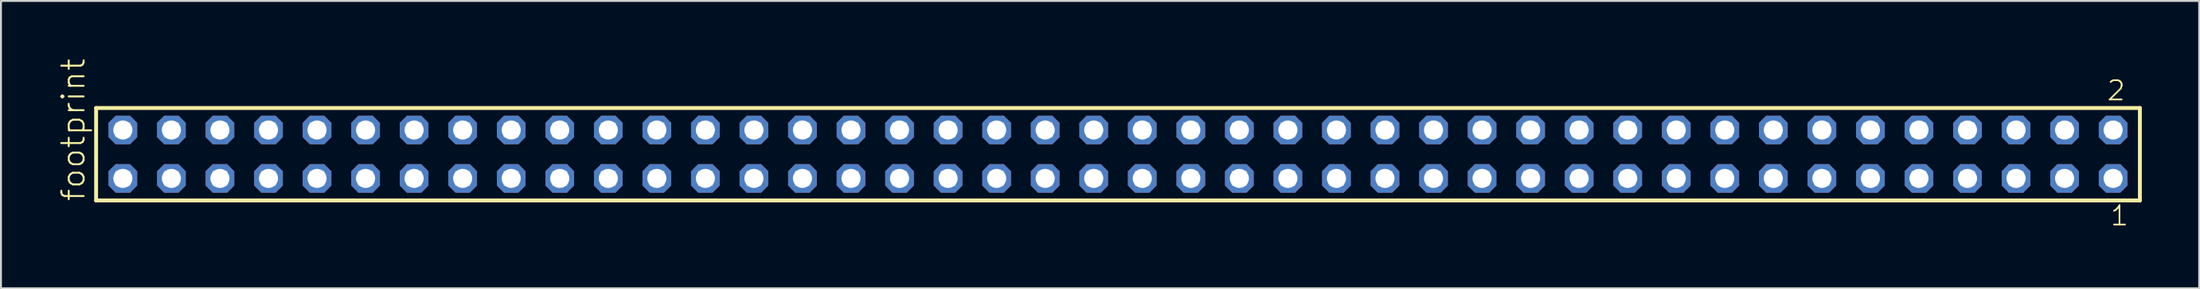
<source format=kicad_pcb>
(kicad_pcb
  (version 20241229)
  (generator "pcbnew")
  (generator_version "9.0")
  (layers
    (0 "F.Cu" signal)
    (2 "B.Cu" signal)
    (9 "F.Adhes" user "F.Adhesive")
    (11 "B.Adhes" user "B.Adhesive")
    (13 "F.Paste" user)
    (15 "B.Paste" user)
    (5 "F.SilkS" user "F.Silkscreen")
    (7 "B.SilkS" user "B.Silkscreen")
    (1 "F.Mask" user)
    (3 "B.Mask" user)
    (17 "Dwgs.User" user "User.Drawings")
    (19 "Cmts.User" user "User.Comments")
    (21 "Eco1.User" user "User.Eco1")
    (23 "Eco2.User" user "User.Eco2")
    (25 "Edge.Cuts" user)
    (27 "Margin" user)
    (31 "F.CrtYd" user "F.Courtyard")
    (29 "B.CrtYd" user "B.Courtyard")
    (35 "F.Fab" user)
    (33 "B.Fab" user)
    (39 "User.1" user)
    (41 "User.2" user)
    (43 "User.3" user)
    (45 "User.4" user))
  (footprint "footprint"
    (layer "F.Cu")
    (at 55.448 5.042)
    (property "Reference" "footprint" (at -53.975 2.54 90) (layer "F.SilkS") (effects (font (size 1.168 1.168) (thickness 0.102)) (justify left bottom)))
    (fp_line (start -53.469 -2.425) (end 53.469 -2.425) (stroke (width 0.203) (type solid)) (layer "F.SilkS"))
    (fp_line (start -53.469 2.425) (end -53.469 -2.425) (stroke (width 0.203) (type solid)) (layer "F.SilkS"))
    (fp_line (start 53.469 -2.425) (end 53.469 2.425) (stroke (width 0.203) (type solid)) (layer "F.SilkS"))
    (fp_line (start 53.469 2.425) (end -53.469 2.425) (stroke (width 0.203) (type solid)) (layer "F.SilkS"))
    (fp_poly (pts (xy -52.42 -0.92) (xy -51.72 -0.92) (xy -51.72 -1.62) (xy -52.42 -1.62)) (stroke (width 0.1) (type solid)) (fill no) (layer "F.Fab"))
    (fp_poly (pts (xy -52.42 1.62) (xy -51.72 1.62) (xy -51.72 0.92) (xy -52.42 0.92)) (stroke (width 0.1) (type solid)) (fill no) (layer "F.Fab"))
    (fp_poly (pts (xy -49.88 -0.92) (xy -49.18 -0.92) (xy -49.18 -1.62) (xy -49.88 -1.62)) (stroke (width 0.1) (type solid)) (fill no) (layer "F.Fab"))
    (fp_poly (pts (xy -49.88 1.62) (xy -49.18 1.62) (xy -49.18 0.92) (xy -49.88 0.92)) (stroke (width 0.1) (type solid)) (fill no) (layer "F.Fab"))
    (fp_poly (pts (xy -47.34 -0.92) (xy -46.64 -0.92) (xy -46.64 -1.62) (xy -47.34 -1.62)) (stroke (width 0.1) (type solid)) (fill no) (layer "F.Fab"))
    (fp_poly (pts (xy -47.34 1.62) (xy -46.64 1.62) (xy -46.64 0.92) (xy -47.34 0.92)) (stroke (width 0.1) (type solid)) (fill no) (layer "F.Fab"))
    (fp_poly (pts (xy -44.8 -0.92) (xy -44.1 -0.92) (xy -44.1 -1.62) (xy -44.8 -1.62)) (stroke (width 0.1) (type solid)) (fill no) (layer "F.Fab"))
    (fp_poly (pts (xy -44.8 1.62) (xy -44.1 1.62) (xy -44.1 0.92) (xy -44.8 0.92)) (stroke (width 0.1) (type solid)) (fill no) (layer "F.Fab"))
    (fp_poly (pts (xy -42.26 -0.92) (xy -41.56 -0.92) (xy -41.56 -1.62) (xy -42.26 -1.62)) (stroke (width 0.1) (type solid)) (fill no) (layer "F.Fab"))
    (fp_poly (pts (xy -42.26 1.62) (xy -41.56 1.62) (xy -41.56 0.92) (xy -42.26 0.92)) (stroke (width 0.1) (type solid)) (fill no) (layer "F.Fab"))
    (fp_poly (pts (xy -39.72 -0.92) (xy -39.02 -0.92) (xy -39.02 -1.62) (xy -39.72 -1.62)) (stroke (width 0.1) (type solid)) (fill no) (layer "F.Fab"))
    (fp_poly (pts (xy -39.72 1.62) (xy -39.02 1.62) (xy -39.02 0.92) (xy -39.72 0.92)) (stroke (width 0.1) (type solid)) (fill no) (layer "F.Fab"))
    (fp_poly (pts (xy -37.18 -0.92) (xy -36.48 -0.92) (xy -36.48 -1.62) (xy -37.18 -1.62)) (stroke (width 0.1) (type solid)) (fill no) (layer "F.Fab"))
    (fp_poly (pts (xy -37.18 1.62) (xy -36.48 1.62) (xy -36.48 0.92) (xy -37.18 0.92)) (stroke (width 0.1) (type solid)) (fill no) (layer "F.Fab"))
    (fp_poly (pts (xy -34.64 -0.92) (xy -33.94 -0.92) (xy -33.94 -1.62) (xy -34.64 -1.62)) (stroke (width 0.1) (type solid)) (fill no) (layer "F.Fab"))
    (fp_poly (pts (xy -34.64 1.62) (xy -33.94 1.62) (xy -33.94 0.92) (xy -34.64 0.92)) (stroke (width 0.1) (type solid)) (fill no) (layer "F.Fab"))
    (fp_poly (pts (xy -32.1 -0.92) (xy -31.4 -0.92) (xy -31.4 -1.62) (xy -32.1 -1.62)) (stroke (width 0.1) (type solid)) (fill no) (layer "F.Fab"))
    (fp_poly (pts (xy -32.1 1.62) (xy -31.4 1.62) (xy -31.4 0.92) (xy -32.1 0.92)) (stroke (width 0.1) (type solid)) (fill no) (layer "F.Fab"))
    (fp_poly (pts (xy -29.56 -0.92) (xy -28.86 -0.92) (xy -28.86 -1.62) (xy -29.56 -1.62)) (stroke (width 0.1) (type solid)) (fill no) (layer "F.Fab"))
    (fp_poly (pts (xy -29.56 1.62) (xy -28.86 1.62) (xy -28.86 0.92) (xy -29.56 0.92)) (stroke (width 0.1) (type solid)) (fill no) (layer "F.Fab"))
    (fp_poly (pts (xy -27.02 -0.92) (xy -26.32 -0.92) (xy -26.32 -1.62) (xy -27.02 -1.62)) (stroke (width 0.1) (type solid)) (fill no) (layer "F.Fab"))
    (fp_poly (pts (xy -27.02 1.62) (xy -26.32 1.62) (xy -26.32 0.92) (xy -27.02 0.92)) (stroke (width 0.1) (type solid)) (fill no) (layer "F.Fab"))
    (fp_poly (pts (xy -24.48 -0.92) (xy -23.78 -0.92) (xy -23.78 -1.62) (xy -24.48 -1.62)) (stroke (width 0.1) (type solid)) (fill no) (layer "F.Fab"))
    (fp_poly (pts (xy -24.48 1.62) (xy -23.78 1.62) (xy -23.78 0.92) (xy -24.48 0.92)) (stroke (width 0.1) (type solid)) (fill no) (layer "F.Fab"))
    (fp_poly (pts (xy -21.94 -0.92) (xy -21.24 -0.92) (xy -21.24 -1.62) (xy -21.94 -1.62)) (stroke (width 0.1) (type solid)) (fill no) (layer "F.Fab"))
    (fp_poly (pts (xy -21.94 1.62) (xy -21.24 1.62) (xy -21.24 0.92) (xy -21.94 0.92)) (stroke (width 0.1) (type solid)) (fill no) (layer "F.Fab"))
    (fp_poly (pts (xy -19.4 -0.92) (xy -18.7 -0.92) (xy -18.7 -1.62) (xy -19.4 -1.62)) (stroke (width 0.1) (type solid)) (fill no) (layer "F.Fab"))
    (fp_poly (pts (xy -19.4 1.62) (xy -18.7 1.62) (xy -18.7 0.92) (xy -19.4 0.92)) (stroke (width 0.1) (type solid)) (fill no) (layer "F.Fab"))
    (fp_poly (pts (xy -16.86 -0.92) (xy -16.16 -0.92) (xy -16.16 -1.62) (xy -16.86 -1.62)) (stroke (width 0.1) (type solid)) (fill no) (layer "F.Fab"))
    (fp_poly (pts (xy -16.86 1.62) (xy -16.16 1.62) (xy -16.16 0.92) (xy -16.86 0.92)) (stroke (width 0.1) (type solid)) (fill no) (layer "F.Fab"))
    (fp_poly (pts (xy -14.32 -0.92) (xy -13.62 -0.92) (xy -13.62 -1.62) (xy -14.32 -1.62)) (stroke (width 0.1) (type solid)) (fill no) (layer "F.Fab"))
    (fp_poly (pts (xy -14.32 1.62) (xy -13.62 1.62) (xy -13.62 0.92) (xy -14.32 0.92)) (stroke (width 0.1) (type solid)) (fill no) (layer "F.Fab"))
    (fp_poly (pts (xy -11.78 -0.92) (xy -11.08 -0.92) (xy -11.08 -1.62) (xy -11.78 -1.62)) (stroke (width 0.1) (type solid)) (fill no) (layer "F.Fab"))
    (fp_poly (pts (xy -11.78 1.62) (xy -11.08 1.62) (xy -11.08 0.92) (xy -11.78 0.92)) (stroke (width 0.1) (type solid)) (fill no) (layer "F.Fab"))
    (fp_poly (pts (xy -9.24 -0.92) (xy -8.54 -0.92) (xy -8.54 -1.62) (xy -9.24 -1.62)) (stroke (width 0.1) (type solid)) (fill no) (layer "F.Fab"))
    (fp_poly (pts (xy -9.24 1.62) (xy -8.54 1.62) (xy -8.54 0.92) (xy -9.24 0.92)) (stroke (width 0.1) (type solid)) (fill no) (layer "F.Fab"))
    (fp_poly (pts (xy -6.7 -0.92) (xy -6 -0.92) (xy -6 -1.62) (xy -6.7 -1.62)) (stroke (width 0.1) (type solid)) (fill no) (layer "F.Fab"))
    (fp_poly (pts (xy -6.7 1.62) (xy -6 1.62) (xy -6 0.92) (xy -6.7 0.92)) (stroke (width 0.1) (type solid)) (fill no) (layer "F.Fab"))
    (fp_poly (pts (xy -4.16 -0.92) (xy -3.46 -0.92) (xy -3.46 -1.62) (xy -4.16 -1.62)) (stroke (width 0.1) (type solid)) (fill no) (layer "F.Fab"))
    (fp_poly (pts (xy -4.16 1.62) (xy -3.46 1.62) (xy -3.46 0.92) (xy -4.16 0.92)) (stroke (width 0.1) (type solid)) (fill no) (layer "F.Fab"))
    (fp_poly (pts (xy -1.62 -0.92) (xy -0.92 -0.92) (xy -0.92 -1.62) (xy -1.62 -1.62)) (stroke (width 0.1) (type solid)) (fill no) (layer "F.Fab"))
    (fp_poly (pts (xy -1.62 1.62) (xy -0.92 1.62) (xy -0.92 0.92) (xy -1.62 0.92)) (stroke (width 0.1) (type solid)) (fill no) (layer "F.Fab"))
    (fp_poly (pts (xy 0.92 -0.92) (xy 1.62 -0.92) (xy 1.62 -1.62) (xy 0.92 -1.62)) (stroke (width 0.1) (type solid)) (fill no) (layer "F.Fab"))
    (fp_poly (pts (xy 0.92 1.62) (xy 1.62 1.62) (xy 1.62 0.92) (xy 0.92 0.92)) (stroke (width 0.1) (type solid)) (fill no) (layer "F.Fab"))
    (fp_poly (pts (xy 3.46 -0.92) (xy 4.16 -0.92) (xy 4.16 -1.62) (xy 3.46 -1.62)) (stroke (width 0.1) (type solid)) (fill no) (layer "F.Fab"))
    (fp_poly (pts (xy 3.46 1.62) (xy 4.16 1.62) (xy 4.16 0.92) (xy 3.46 0.92)) (stroke (width 0.1) (type solid)) (fill no) (layer "F.Fab"))
    (fp_poly (pts (xy 6 -0.92) (xy 6.7 -0.92) (xy 6.7 -1.62) (xy 6 -1.62)) (stroke (width 0.1) (type solid)) (fill no) (layer "F.Fab"))
    (fp_poly (pts (xy 6 1.62) (xy 6.7 1.62) (xy 6.7 0.92) (xy 6 0.92)) (stroke (width 0.1) (type solid)) (fill no) (layer "F.Fab"))
    (fp_poly (pts (xy 8.54 -0.92) (xy 9.24 -0.92) (xy 9.24 -1.62) (xy 8.54 -1.62)) (stroke (width 0.1) (type solid)) (fill no) (layer "F.Fab"))
    (fp_poly (pts (xy 8.54 1.62) (xy 9.24 1.62) (xy 9.24 0.92) (xy 8.54 0.92)) (stroke (width 0.1) (type solid)) (fill no) (layer "F.Fab"))
    (fp_poly (pts (xy 11.08 -0.92) (xy 11.78 -0.92) (xy 11.78 -1.62) (xy 11.08 -1.62)) (stroke (width 0.1) (type solid)) (fill no) (layer "F.Fab"))
    (fp_poly (pts (xy 11.08 1.62) (xy 11.78 1.62) (xy 11.78 0.92) (xy 11.08 0.92)) (stroke (width 0.1) (type solid)) (fill no) (layer "F.Fab"))
    (fp_poly (pts (xy 13.62 -0.92) (xy 14.32 -0.92) (xy 14.32 -1.62) (xy 13.62 -1.62)) (stroke (width 0.1) (type solid)) (fill no) (layer "F.Fab"))
    (fp_poly (pts (xy 13.62 1.62) (xy 14.32 1.62) (xy 14.32 0.92) (xy 13.62 0.92)) (stroke (width 0.1) (type solid)) (fill no) (layer "F.Fab"))
    (fp_poly (pts (xy 16.16 -0.92) (xy 16.86 -0.92) (xy 16.86 -1.62) (xy 16.16 -1.62)) (stroke (width 0.1) (type solid)) (fill no) (layer "F.Fab"))
    (fp_poly (pts (xy 16.16 1.62) (xy 16.86 1.62) (xy 16.86 0.92) (xy 16.16 0.92)) (stroke (width 0.1) (type solid)) (fill no) (layer "F.Fab"))
    (fp_poly (pts (xy 18.7 -0.92) (xy 19.4 -0.92) (xy 19.4 -1.62) (xy 18.7 -1.62)) (stroke (width 0.1) (type solid)) (fill no) (layer "F.Fab"))
    (fp_poly (pts (xy 18.7 1.62) (xy 19.4 1.62) (xy 19.4 0.92) (xy 18.7 0.92)) (stroke (width 0.1) (type solid)) (fill no) (layer "F.Fab"))
    (fp_poly (pts (xy 21.24 -0.92) (xy 21.94 -0.92) (xy 21.94 -1.62) (xy 21.24 -1.62)) (stroke (width 0.1) (type solid)) (fill no) (layer "F.Fab"))
    (fp_poly (pts (xy 21.24 1.62) (xy 21.94 1.62) (xy 21.94 0.92) (xy 21.24 0.92)) (stroke (width 0.1) (type solid)) (fill no) (layer "F.Fab"))
    (fp_poly (pts (xy 23.78 -0.92) (xy 24.48 -0.92) (xy 24.48 -1.62) (xy 23.78 -1.62)) (stroke (width 0.1) (type solid)) (fill no) (layer "F.Fab"))
    (fp_poly (pts (xy 23.78 1.62) (xy 24.48 1.62) (xy 24.48 0.92) (xy 23.78 0.92)) (stroke (width 0.1) (type solid)) (fill no) (layer "F.Fab"))
    (fp_poly (pts (xy 26.32 -0.92) (xy 27.02 -0.92) (xy 27.02 -1.62) (xy 26.32 -1.62)) (stroke (width 0.1) (type solid)) (fill no) (layer "F.Fab"))
    (fp_poly (pts (xy 26.32 1.62) (xy 27.02 1.62) (xy 27.02 0.92) (xy 26.32 0.92)) (stroke (width 0.1) (type solid)) (fill no) (layer "F.Fab"))
    (fp_poly (pts (xy 28.86 -0.92) (xy 29.56 -0.92) (xy 29.56 -1.62) (xy 28.86 -1.62)) (stroke (width 0.1) (type solid)) (fill no) (layer "F.Fab"))
    (fp_poly (pts (xy 28.86 1.62) (xy 29.56 1.62) (xy 29.56 0.92) (xy 28.86 0.92)) (stroke (width 0.1) (type solid)) (fill no) (layer "F.Fab"))
    (fp_poly (pts (xy 31.4 -0.92) (xy 32.1 -0.92) (xy 32.1 -1.62) (xy 31.4 -1.62)) (stroke (width 0.1) (type solid)) (fill no) (layer "F.Fab"))
    (fp_poly (pts (xy 31.4 1.62) (xy 32.1 1.62) (xy 32.1 0.92) (xy 31.4 0.92)) (stroke (width 0.1) (type solid)) (fill no) (layer "F.Fab"))
    (fp_poly (pts (xy 33.94 -0.92) (xy 34.64 -0.92) (xy 34.64 -1.62) (xy 33.94 -1.62)) (stroke (width 0.1) (type solid)) (fill no) (layer "F.Fab"))
    (fp_poly (pts (xy 33.94 1.62) (xy 34.64 1.62) (xy 34.64 0.92) (xy 33.94 0.92)) (stroke (width 0.1) (type solid)) (fill no) (layer "F.Fab"))
    (fp_poly (pts (xy 36.48 -0.92) (xy 37.18 -0.92) (xy 37.18 -1.62) (xy 36.48 -1.62)) (stroke (width 0.1) (type solid)) (fill no) (layer "F.Fab"))
    (fp_poly (pts (xy 36.48 1.62) (xy 37.18 1.62) (xy 37.18 0.92) (xy 36.48 0.92)) (stroke (width 0.1) (type solid)) (fill no) (layer "F.Fab"))
    (fp_poly (pts (xy 39.02 -0.92) (xy 39.72 -0.92) (xy 39.72 -1.62) (xy 39.02 -1.62)) (stroke (width 0.1) (type solid)) (fill no) (layer "F.Fab"))
    (fp_poly (pts (xy 39.02 1.62) (xy 39.72 1.62) (xy 39.72 0.92) (xy 39.02 0.92)) (stroke (width 0.1) (type solid)) (fill no) (layer "F.Fab"))
    (fp_poly (pts (xy 41.56 -0.92) (xy 42.26 -0.92) (xy 42.26 -1.62) (xy 41.56 -1.62)) (stroke (width 0.1) (type solid)) (fill no) (layer "F.Fab"))
    (fp_poly (pts (xy 41.56 1.62) (xy 42.26 1.62) (xy 42.26 0.92) (xy 41.56 0.92)) (stroke (width 0.1) (type solid)) (fill no) (layer "F.Fab"))
    (fp_poly (pts (xy 44.1 -0.92) (xy 44.8 -0.92) (xy 44.8 -1.62) (xy 44.1 -1.62)) (stroke (width 0.1) (type solid)) (fill no) (layer "F.Fab"))
    (fp_poly (pts (xy 44.1 1.62) (xy 44.8 1.62) (xy 44.8 0.92) (xy 44.1 0.92)) (stroke (width 0.1) (type solid)) (fill no) (layer "F.Fab"))
    (fp_poly (pts (xy 46.64 -0.92) (xy 47.34 -0.92) (xy 47.34 -1.62) (xy 46.64 -1.62)) (stroke (width 0.1) (type solid)) (fill no) (layer "F.Fab"))
    (fp_poly (pts (xy 46.64 1.62) (xy 47.34 1.62) (xy 47.34 0.92) (xy 46.64 0.92)) (stroke (width 0.1) (type solid)) (fill no) (layer "F.Fab"))
    (fp_poly (pts (xy 49.18 -0.92) (xy 49.88 -0.92) (xy 49.88 -1.62) (xy 49.18 -1.62)) (stroke (width 0.1) (type solid)) (fill no) (layer "F.Fab"))
    (fp_poly (pts (xy 49.18 1.62) (xy 49.88 1.62) (xy 49.88 0.92) (xy 49.18 0.92)) (stroke (width 0.1) (type solid)) (fill no) (layer "F.Fab"))
    (fp_poly (pts (xy 51.72 -0.92) (xy 52.42 -0.92) (xy 52.42 -1.62) (xy 51.72 -1.62)) (stroke (width 0.1) (type solid)) (fill no) (layer "F.Fab"))
    (fp_poly (pts (xy 51.72 1.62) (xy 52.42 1.62) (xy 52.42 0.92) (xy 51.72 0.92)) (stroke (width 0.1) (type solid)) (fill no) (layer "F.Fab"))
    (fp_text user "2" (at 51.687 -2.744 0) (layer "F.SilkS") (effects (font (size 1.012 1.012) (thickness 0.088)) (justify left bottom)))
    (fp_text user "1" (at 51.862 3.818 0) (layer "F.SilkS") (effects (font (size 1.012 1.012) (thickness 0.088)) (justify left bottom)))
    (pad "1" thru_hole roundrect (at 52.07 1.27 180) (size 1.5 1.5) (drill 1) (layers "*.Cu" "*.Mask") (roundrect_rratio 0.25) (chamfer_ratio 0.25) (chamfer top_left top_right bottom_left bottom_right))
    (pad "2" thru_hole roundrect (at 52.07 -1.27 180) (size 1.5 1.5) (drill 1) (layers "*.Cu" "*.Mask") (roundrect_rratio 0.25) (chamfer_ratio 0.25) (chamfer top_left top_right bottom_left bottom_right))
    (pad "3" thru_hole roundrect (at 49.53 1.27 180) (size 1.5 1.5) (drill 1) (layers "*.Cu" "*.Mask") (roundrect_rratio 0.25) (chamfer_ratio 0.25) (chamfer top_left top_right bottom_left bottom_right))
    (pad "4" thru_hole roundrect (at 49.53 -1.27 180) (size 1.5 1.5) (drill 1) (layers "*.Cu" "*.Mask") (roundrect_rratio 0.25) (chamfer_ratio 0.25) (chamfer top_left top_right bottom_left bottom_right))
    (pad "5" thru_hole roundrect (at 46.99 1.27 180) (size 1.5 1.5) (drill 1) (layers "*.Cu" "*.Mask") (roundrect_rratio 0.25) (chamfer_ratio 0.25) (chamfer top_left top_right bottom_left bottom_right))
    (pad "6" thru_hole roundrect (at 46.99 -1.27 180) (size 1.5 1.5) (drill 1) (layers "*.Cu" "*.Mask") (roundrect_rratio 0.25) (chamfer_ratio 0.25) (chamfer top_left top_right bottom_left bottom_right))
    (pad "7" thru_hole roundrect (at 44.45 1.27 180) (size 1.5 1.5) (drill 1) (layers "*.Cu" "*.Mask") (roundrect_rratio 0.25) (chamfer_ratio 0.25) (chamfer top_left top_right bottom_left bottom_right))
    (pad "8" thru_hole roundrect (at 44.45 -1.27 180) (size 1.5 1.5) (drill 1) (layers "*.Cu" "*.Mask") (roundrect_rratio 0.25) (chamfer_ratio 0.25) (chamfer top_left top_right bottom_left bottom_right))
    (pad "9" thru_hole roundrect (at 41.91 1.27 180) (size 1.5 1.5) (drill 1) (layers "*.Cu" "*.Mask") (roundrect_rratio 0.25) (chamfer_ratio 0.25) (chamfer top_left top_right bottom_left bottom_right))
    (pad "10" thru_hole roundrect (at 41.91 -1.27 180) (size 1.5 1.5) (drill 1) (layers "*.Cu" "*.Mask") (roundrect_rratio 0.25) (chamfer_ratio 0.25) (chamfer top_left top_right bottom_left bottom_right))
    (pad "11" thru_hole roundrect (at 39.37 1.27 180) (size 1.5 1.5) (drill 1) (layers "*.Cu" "*.Mask") (roundrect_rratio 0.25) (chamfer_ratio 0.25) (chamfer top_left top_right bottom_left bottom_right))
    (pad "12" thru_hole roundrect (at 39.37 -1.27 180) (size 1.5 1.5) (drill 1) (layers "*.Cu" "*.Mask") (roundrect_rratio 0.25) (chamfer_ratio 0.25) (chamfer top_left top_right bottom_left bottom_right))
    (pad "13" thru_hole roundrect (at 36.83 1.27 180) (size 1.5 1.5) (drill 1) (layers "*.Cu" "*.Mask") (roundrect_rratio 0.25) (chamfer_ratio 0.25) (chamfer top_left top_right bottom_left bottom_right))
    (pad "14" thru_hole roundrect (at 36.83 -1.27 180) (size 1.5 1.5) (drill 1) (layers "*.Cu" "*.Mask") (roundrect_rratio 0.25) (chamfer_ratio 0.25) (chamfer top_left top_right bottom_left bottom_right))
    (pad "15" thru_hole roundrect (at 34.29 1.27 180) (size 1.5 1.5) (drill 1) (layers "*.Cu" "*.Mask") (roundrect_rratio 0.25) (chamfer_ratio 0.25) (chamfer top_left top_right bottom_left bottom_right))
    (pad "16" thru_hole roundrect (at 34.29 -1.27 180) (size 1.5 1.5) (drill 1) (layers "*.Cu" "*.Mask") (roundrect_rratio 0.25) (chamfer_ratio 0.25) (chamfer top_left top_right bottom_left bottom_right))
    (pad "17" thru_hole roundrect (at 31.75 1.27 180) (size 1.5 1.5) (drill 1) (layers "*.Cu" "*.Mask") (roundrect_rratio 0.25) (chamfer_ratio 0.25) (chamfer top_left top_right bottom_left bottom_right))
    (pad "18" thru_hole roundrect (at 31.75 -1.27 180) (size 1.5 1.5) (drill 1) (layers "*.Cu" "*.Mask") (roundrect_rratio 0.25) (chamfer_ratio 0.25) (chamfer top_left top_right bottom_left bottom_right))
    (pad "19" thru_hole roundrect (at 29.21 1.27 180) (size 1.5 1.5) (drill 1) (layers "*.Cu" "*.Mask") (roundrect_rratio 0.25) (chamfer_ratio 0.25) (chamfer top_left top_right bottom_left bottom_right))
    (pad "20" thru_hole roundrect (at 29.21 -1.27 180) (size 1.5 1.5) (drill 1) (layers "*.Cu" "*.Mask") (roundrect_rratio 0.25) (chamfer_ratio 0.25) (chamfer top_left top_right bottom_left bottom_right))
    (pad "21" thru_hole roundrect (at 26.67 1.27 180) (size 1.5 1.5) (drill 1) (layers "*.Cu" "*.Mask") (roundrect_rratio 0.25) (chamfer_ratio 0.25) (chamfer top_left top_right bottom_left bottom_right))
    (pad "22" thru_hole roundrect (at 26.67 -1.27 180) (size 1.5 1.5) (drill 1) (layers "*.Cu" "*.Mask") (roundrect_rratio 0.25) (chamfer_ratio 0.25) (chamfer top_left top_right bottom_left bottom_right))
    (pad "23" thru_hole roundrect (at 24.13 1.27 180) (size 1.5 1.5) (drill 1) (layers "*.Cu" "*.Mask") (roundrect_rratio 0.25) (chamfer_ratio 0.25) (chamfer top_left top_right bottom_left bottom_right))
    (pad "24" thru_hole roundrect (at 24.13 -1.27 180) (size 1.5 1.5) (drill 1) (layers "*.Cu" "*.Mask") (roundrect_rratio 0.25) (chamfer_ratio 0.25) (chamfer top_left top_right bottom_left bottom_right))
    (pad "25" thru_hole roundrect (at 21.59 1.27 180) (size 1.5 1.5) (drill 1) (layers "*.Cu" "*.Mask") (roundrect_rratio 0.25) (chamfer_ratio 0.25) (chamfer top_left top_right bottom_left bottom_right))
    (pad "26" thru_hole roundrect (at 21.59 -1.27 180) (size 1.5 1.5) (drill 1) (layers "*.Cu" "*.Mask") (roundrect_rratio 0.25) (chamfer_ratio 0.25) (chamfer top_left top_right bottom_left bottom_right))
    (pad "27" thru_hole roundrect (at 19.05 1.27 180) (size 1.5 1.5) (drill 1) (layers "*.Cu" "*.Mask") (roundrect_rratio 0.25) (chamfer_ratio 0.25) (chamfer top_left top_right bottom_left bottom_right))
    (pad "28" thru_hole roundrect (at 19.05 -1.27 180) (size 1.5 1.5) (drill 1) (layers "*.Cu" "*.Mask") (roundrect_rratio 0.25) (chamfer_ratio 0.25) (chamfer top_left top_right bottom_left bottom_right))
    (pad "29" thru_hole roundrect (at 16.51 1.27 180) (size 1.5 1.5) (drill 1) (layers "*.Cu" "*.Mask") (roundrect_rratio 0.25) (chamfer_ratio 0.25) (chamfer top_left top_right bottom_left bottom_right))
    (pad "30" thru_hole roundrect (at 16.51 -1.27 180) (size 1.5 1.5) (drill 1) (layers "*.Cu" "*.Mask") (roundrect_rratio 0.25) (chamfer_ratio 0.25) (chamfer top_left top_right bottom_left bottom_right))
    (pad "31" thru_hole roundrect (at 13.97 1.27 180) (size 1.5 1.5) (drill 1) (layers "*.Cu" "*.Mask") (roundrect_rratio 0.25) (chamfer_ratio 0.25) (chamfer top_left top_right bottom_left bottom_right))
    (pad "32" thru_hole roundrect (at 13.97 -1.27 180) (size 1.5 1.5) (drill 1) (layers "*.Cu" "*.Mask") (roundrect_rratio 0.25) (chamfer_ratio 0.25) (chamfer top_left top_right bottom_left bottom_right))
    (pad "33" thru_hole roundrect (at 11.43 1.27 180) (size 1.5 1.5) (drill 1) (layers "*.Cu" "*.Mask") (roundrect_rratio 0.25) (chamfer_ratio 0.25) (chamfer top_left top_right bottom_left bottom_right))
    (pad "34" thru_hole roundrect (at 11.43 -1.27 180) (size 1.5 1.5) (drill 1) (layers "*.Cu" "*.Mask") (roundrect_rratio 0.25) (chamfer_ratio 0.25) (chamfer top_left top_right bottom_left bottom_right))
    (pad "35" thru_hole roundrect (at 8.89 1.27 180) (size 1.5 1.5) (drill 1) (layers "*.Cu" "*.Mask") (roundrect_rratio 0.25) (chamfer_ratio 0.25) (chamfer top_left top_right bottom_left bottom_right))
    (pad "36" thru_hole roundrect (at 8.89 -1.27 180) (size 1.5 1.5) (drill 1) (layers "*.Cu" "*.Mask") (roundrect_rratio 0.25) (chamfer_ratio 0.25) (chamfer top_left top_right bottom_left bottom_right))
    (pad "37" thru_hole roundrect (at 6.35 1.27 180) (size 1.5 1.5) (drill 1) (layers "*.Cu" "*.Mask") (roundrect_rratio 0.25) (chamfer_ratio 0.25) (chamfer top_left top_right bottom_left bottom_right))
    (pad "38" thru_hole roundrect (at 6.35 -1.27 180) (size 1.5 1.5) (drill 1) (layers "*.Cu" "*.Mask") (roundrect_rratio 0.25) (chamfer_ratio 0.25) (chamfer top_left top_right bottom_left bottom_right))
    (pad "39" thru_hole roundrect (at 3.81 1.27 180) (size 1.5 1.5) (drill 1) (layers "*.Cu" "*.Mask") (roundrect_rratio 0.25) (chamfer_ratio 0.25) (chamfer top_left top_right bottom_left bottom_right))
    (pad "40" thru_hole roundrect (at 3.81 -1.27 180) (size 1.5 1.5) (drill 1) (layers "*.Cu" "*.Mask") (roundrect_rratio 0.25) (chamfer_ratio 0.25) (chamfer top_left top_right bottom_left bottom_right))
    (pad "41" thru_hole roundrect (at 1.27 1.27 180) (size 1.5 1.5) (drill 1) (layers "*.Cu" "*.Mask") (roundrect_rratio 0.25) (chamfer_ratio 0.25) (chamfer top_left top_right bottom_left bottom_right))
    (pad "42" thru_hole roundrect (at 1.27 -1.27 180) (size 1.5 1.5) (drill 1) (layers "*.Cu" "*.Mask") (roundrect_rratio 0.25) (chamfer_ratio 0.25) (chamfer top_left top_right bottom_left bottom_right))
    (pad "43" thru_hole roundrect (at -1.27 1.27 180) (size 1.5 1.5) (drill 1) (layers "*.Cu" "*.Mask") (roundrect_rratio 0.25) (chamfer_ratio 0.25) (chamfer top_left top_right bottom_left bottom_right))
    (pad "44" thru_hole roundrect (at -1.27 -1.27 180) (size 1.5 1.5) (drill 1) (layers "*.Cu" "*.Mask") (roundrect_rratio 0.25) (chamfer_ratio 0.25) (chamfer top_left top_right bottom_left bottom_right))
    (pad "45" thru_hole roundrect (at -3.81 1.27 180) (size 1.5 1.5) (drill 1) (layers "*.Cu" "*.Mask") (roundrect_rratio 0.25) (chamfer_ratio 0.25) (chamfer top_left top_right bottom_left bottom_right))
    (pad "46" thru_hole roundrect (at -3.81 -1.27 180) (size 1.5 1.5) (drill 1) (layers "*.Cu" "*.Mask") (roundrect_rratio 0.25) (chamfer_ratio 0.25) (chamfer top_left top_right bottom_left bottom_right))
    (pad "47" thru_hole roundrect (at -6.35 1.27 180) (size 1.5 1.5) (drill 1) (layers "*.Cu" "*.Mask") (roundrect_rratio 0.25) (chamfer_ratio 0.25) (chamfer top_left top_right bottom_left bottom_right))
    (pad "48" thru_hole roundrect (at -6.35 -1.27 180) (size 1.5 1.5) (drill 1) (layers "*.Cu" "*.Mask") (roundrect_rratio 0.25) (chamfer_ratio 0.25) (chamfer top_left top_right bottom_left bottom_right))
    (pad "49" thru_hole roundrect (at -8.89 1.27 180) (size 1.5 1.5) (drill 1) (layers "*.Cu" "*.Mask") (roundrect_rratio 0.25) (chamfer_ratio 0.25) (chamfer top_left top_right bottom_left bottom_right))
    (pad "50" thru_hole roundrect (at -8.89 -1.27 180) (size 1.5 1.5) (drill 1) (layers "*.Cu" "*.Mask") (roundrect_rratio 0.25) (chamfer_ratio 0.25) (chamfer top_left top_right bottom_left bottom_right))
    (pad "51" thru_hole roundrect (at -11.43 1.27 180) (size 1.5 1.5) (drill 1) (layers "*.Cu" "*.Mask") (roundrect_rratio 0.25) (chamfer_ratio 0.25) (chamfer top_left top_right bottom_left bottom_right))
    (pad "52" thru_hole roundrect (at -11.43 -1.27 180) (size 1.5 1.5) (drill 1) (layers "*.Cu" "*.Mask") (roundrect_rratio 0.25) (chamfer_ratio 0.25) (chamfer top_left top_right bottom_left bottom_right))
    (pad "53" thru_hole roundrect (at -13.97 1.27 180) (size 1.5 1.5) (drill 1) (layers "*.Cu" "*.Mask") (roundrect_rratio 0.25) (chamfer_ratio 0.25) (chamfer top_left top_right bottom_left bottom_right))
    (pad "54" thru_hole roundrect (at -13.97 -1.27 180) (size 1.5 1.5) (drill 1) (layers "*.Cu" "*.Mask") (roundrect_rratio 0.25) (chamfer_ratio 0.25) (chamfer top_left top_right bottom_left bottom_right))
    (pad "55" thru_hole roundrect (at -16.51 1.27 180) (size 1.5 1.5) (drill 1) (layers "*.Cu" "*.Mask") (roundrect_rratio 0.25) (chamfer_ratio 0.25) (chamfer top_left top_right bottom_left bottom_right))
    (pad "56" thru_hole roundrect (at -16.51 -1.27 180) (size 1.5 1.5) (drill 1) (layers "*.Cu" "*.Mask") (roundrect_rratio 0.25) (chamfer_ratio 0.25) (chamfer top_left top_right bottom_left bottom_right))
    (pad "57" thru_hole roundrect (at -19.05 1.27 180) (size 1.5 1.5) (drill 1) (layers "*.Cu" "*.Mask") (roundrect_rratio 0.25) (chamfer_ratio 0.25) (chamfer top_left top_right bottom_left bottom_right))
    (pad "58" thru_hole roundrect (at -19.05 -1.27 180) (size 1.5 1.5) (drill 1) (layers "*.Cu" "*.Mask") (roundrect_rratio 0.25) (chamfer_ratio 0.25) (chamfer top_left top_right bottom_left bottom_right))
    (pad "59" thru_hole roundrect (at -21.59 1.27 180) (size 1.5 1.5) (drill 1) (layers "*.Cu" "*.Mask") (roundrect_rratio 0.25) (chamfer_ratio 0.25) (chamfer top_left top_right bottom_left bottom_right))
    (pad "60" thru_hole roundrect (at -21.59 -1.27 180) (size 1.5 1.5) (drill 1) (layers "*.Cu" "*.Mask") (roundrect_rratio 0.25) (chamfer_ratio 0.25) (chamfer top_left top_right bottom_left bottom_right))
    (pad "61" thru_hole roundrect (at -24.13 1.27 180) (size 1.5 1.5) (drill 1) (layers "*.Cu" "*.Mask") (roundrect_rratio 0.25) (chamfer_ratio 0.25) (chamfer top_left top_right bottom_left bottom_right))
    (pad "62" thru_hole roundrect (at -24.13 -1.27 180) (size 1.5 1.5) (drill 1) (layers "*.Cu" "*.Mask") (roundrect_rratio 0.25) (chamfer_ratio 0.25) (chamfer top_left top_right bottom_left bottom_right))
    (pad "63" thru_hole roundrect (at -26.67 1.27 180) (size 1.5 1.5) (drill 1) (layers "*.Cu" "*.Mask") (roundrect_rratio 0.25) (chamfer_ratio 0.25) (chamfer top_left top_right bottom_left bottom_right))
    (pad "64" thru_hole roundrect (at -26.67 -1.27 180) (size 1.5 1.5) (drill 1) (layers "*.Cu" "*.Mask") (roundrect_rratio 0.25) (chamfer_ratio 0.25) (chamfer top_left top_right bottom_left bottom_right))
    (pad "65" thru_hole roundrect (at -29.21 1.27 180) (size 1.5 1.5) (drill 1) (layers "*.Cu" "*.Mask") (roundrect_rratio 0.25) (chamfer_ratio 0.25) (chamfer top_left top_right bottom_left bottom_right))
    (pad "66" thru_hole roundrect (at -29.21 -1.27 180) (size 1.5 1.5) (drill 1) (layers "*.Cu" "*.Mask") (roundrect_rratio 0.25) (chamfer_ratio 0.25) (chamfer top_left top_right bottom_left bottom_right))
    (pad "67" thru_hole roundrect (at -31.75 1.27 180) (size 1.5 1.5) (drill 1) (layers "*.Cu" "*.Mask") (roundrect_rratio 0.25) (chamfer_ratio 0.25) (chamfer top_left top_right bottom_left bottom_right))
    (pad "68" thru_hole roundrect (at -31.75 -1.27 180) (size 1.5 1.5) (drill 1) (layers "*.Cu" "*.Mask") (roundrect_rratio 0.25) (chamfer_ratio 0.25) (chamfer top_left top_right bottom_left bottom_right))
    (pad "69" thru_hole roundrect (at -34.29 1.27 180) (size 1.5 1.5) (drill 1) (layers "*.Cu" "*.Mask") (roundrect_rratio 0.25) (chamfer_ratio 0.25) (chamfer top_left top_right bottom_left bottom_right))
    (pad "70" thru_hole roundrect (at -34.29 -1.27 180) (size 1.5 1.5) (drill 1) (layers "*.Cu" "*.Mask") (roundrect_rratio 0.25) (chamfer_ratio 0.25) (chamfer top_left top_right bottom_left bottom_right))
    (pad "71" thru_hole roundrect (at -36.83 1.27 180) (size 1.5 1.5) (drill 1) (layers "*.Cu" "*.Mask") (roundrect_rratio 0.25) (chamfer_ratio 0.25) (chamfer top_left top_right bottom_left bottom_right))
    (pad "72" thru_hole roundrect (at -36.83 -1.27 180) (size 1.5 1.5) (drill 1) (layers "*.Cu" "*.Mask") (roundrect_rratio 0.25) (chamfer_ratio 0.25) (chamfer top_left top_right bottom_left bottom_right))
    (pad "73" thru_hole roundrect (at -39.37 1.27 180) (size 1.5 1.5) (drill 1) (layers "*.Cu" "*.Mask") (roundrect_rratio 0.25) (chamfer_ratio 0.25) (chamfer top_left top_right bottom_left bottom_right))
    (pad "74" thru_hole roundrect (at -39.37 -1.27 180) (size 1.5 1.5) (drill 1) (layers "*.Cu" "*.Mask") (roundrect_rratio 0.25) (chamfer_ratio 0.25) (chamfer top_left top_right bottom_left bottom_right))
    (pad "75" thru_hole roundrect (at -41.91 1.27 180) (size 1.5 1.5) (drill 1) (layers "*.Cu" "*.Mask") (roundrect_rratio 0.25) (chamfer_ratio 0.25) (chamfer top_left top_right bottom_left bottom_right))
    (pad "76" thru_hole roundrect (at -41.91 -1.27 180) (size 1.5 1.5) (drill 1) (layers "*.Cu" "*.Mask") (roundrect_rratio 0.25) (chamfer_ratio 0.25) (chamfer top_left top_right bottom_left bottom_right))
    (pad "77" thru_hole roundrect (at -44.45 1.27 180) (size 1.5 1.5) (drill 1) (layers "*.Cu" "*.Mask") (roundrect_rratio 0.25) (chamfer_ratio 0.25) (chamfer top_left top_right bottom_left bottom_right))
    (pad "78" thru_hole roundrect (at -44.45 -1.27 180) (size 1.5 1.5) (drill 1) (layers "*.Cu" "*.Mask") (roundrect_rratio 0.25) (chamfer_ratio 0.25) (chamfer top_left top_right bottom_left bottom_right))
    (pad "79" thru_hole roundrect (at -46.99 1.27 180) (size 1.5 1.5) (drill 1) (layers "*.Cu" "*.Mask") (roundrect_rratio 0.25) (chamfer_ratio 0.25) (chamfer top_left top_right bottom_left bottom_right))
    (pad "80" thru_hole roundrect (at -46.99 -1.27 180) (size 1.5 1.5) (drill 1) (layers "*.Cu" "*.Mask") (roundrect_rratio 0.25) (chamfer_ratio 0.25) (chamfer top_left top_right bottom_left bottom_right))
    (pad "81" thru_hole roundrect (at -49.53 1.27 180) (size 1.5 1.5) (drill 1) (layers "*.Cu" "*.Mask") (roundrect_rratio 0.25) (chamfer_ratio 0.25) (chamfer top_left top_right bottom_left bottom_right))
    (pad "82" thru_hole roundrect (at -49.53 -1.27 180) (size 1.5 1.5) (drill 1) (layers "*.Cu" "*.Mask") (roundrect_rratio 0.25) (chamfer_ratio 0.25) (chamfer top_left top_right bottom_left bottom_right))
    (pad "83" thru_hole roundrect (at -52.07 1.27 180) (size 1.5 1.5) (drill 1) (layers "*.Cu" "*.Mask") (roundrect_rratio 0.25) (chamfer_ratio 0.25) (chamfer top_left top_right bottom_left bottom_right))
    (pad "84" thru_hole roundrect (at -52.07 -1.27 180) (size 1.5 1.5) (drill 1) (layers "*.Cu" "*.Mask") (roundrect_rratio 0.25) (chamfer_ratio 0.25) (chamfer top_left top_right bottom_left bottom_right)))
  (gr_rect
    (start -3 -3)
    (end 112.019 12.077)
    (stroke (width 0.1) (type default))
    (fill no)
    (layer "Edge.Cuts")))
</source>
